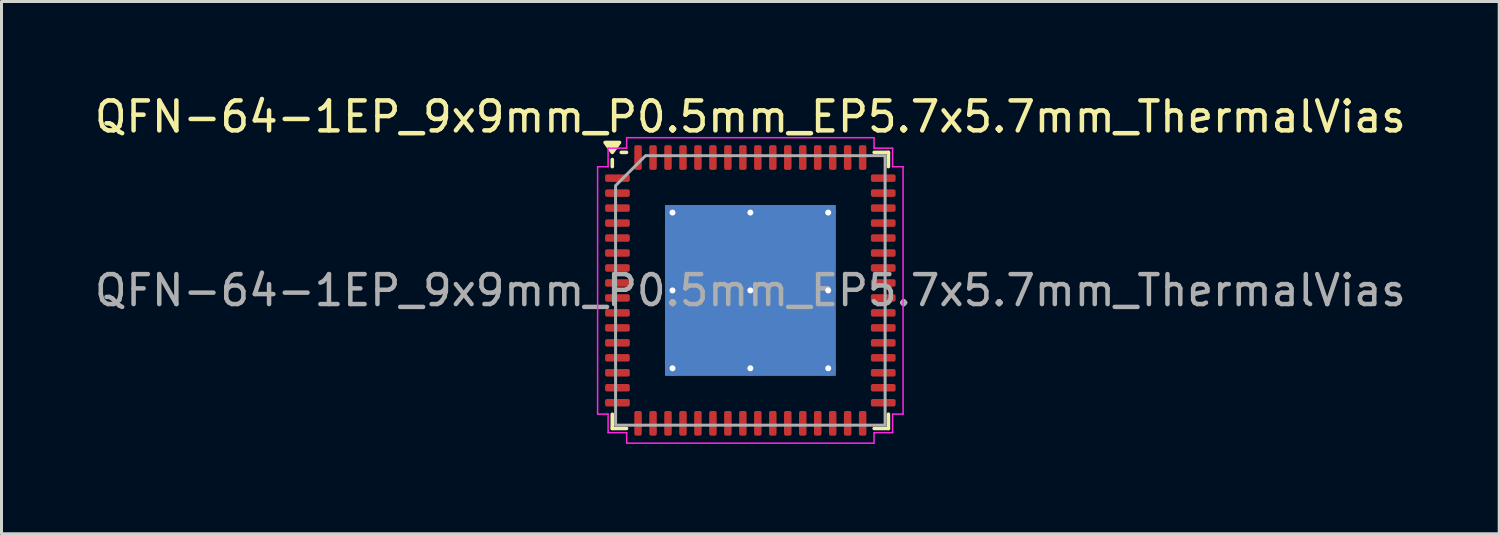
<source format=kicad_pcb>
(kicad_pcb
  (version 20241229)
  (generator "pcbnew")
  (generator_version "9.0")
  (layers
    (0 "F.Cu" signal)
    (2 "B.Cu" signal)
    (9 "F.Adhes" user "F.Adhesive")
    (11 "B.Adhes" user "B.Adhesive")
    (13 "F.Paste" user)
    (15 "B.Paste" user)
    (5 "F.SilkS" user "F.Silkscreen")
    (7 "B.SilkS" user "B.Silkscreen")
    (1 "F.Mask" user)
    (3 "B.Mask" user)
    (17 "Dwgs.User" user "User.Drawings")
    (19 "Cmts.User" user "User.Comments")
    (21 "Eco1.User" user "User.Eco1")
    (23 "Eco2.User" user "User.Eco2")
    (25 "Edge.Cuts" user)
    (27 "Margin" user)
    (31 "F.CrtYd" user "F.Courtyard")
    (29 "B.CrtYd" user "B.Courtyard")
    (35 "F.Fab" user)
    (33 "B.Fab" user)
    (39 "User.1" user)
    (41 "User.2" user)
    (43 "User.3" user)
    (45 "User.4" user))
  (footprint "QFN-64-1EP_9x9mm_P0.5mm_EP5.7x5.7mm_ThermalVias"
    (layer "F.Cu")
    (at 22.006 6.648)
    (property "Reference" "QFN-64-1EP_9x9mm_P0.5mm_EP5.7x5.7mm_ThermalVias" (at 0 -5.8 0) (layer "F.SilkS") (effects (font (size 1 1) (thickness 0.15))))
    (attr smd)
    (fp_line (start -4.61 -4.135) (end -4.61 -4.37) (stroke (width 0.12) (type solid)) (layer "F.SilkS"))
    (fp_line (start -4.61 4.61) (end -4.61 4.135) (stroke (width 0.12) (type solid)) (layer "F.SilkS"))
    (fp_line (start -4.135 -4.61) (end -4.31 -4.61) (stroke (width 0.12) (type solid)) (layer "F.SilkS"))
    (fp_line (start -4.135 4.61) (end -4.61 4.61) (stroke (width 0.12) (type solid)) (layer "F.SilkS"))
    (fp_line (start 4.135 -4.61) (end 4.61 -4.61) (stroke (width 0.12) (type solid)) (layer "F.SilkS"))
    (fp_line (start 4.135 4.61) (end 4.61 4.61) (stroke (width 0.12) (type solid)) (layer "F.SilkS"))
    (fp_line (start 4.61 -4.61) (end 4.61 -4.135) (stroke (width 0.12) (type solid)) (layer "F.SilkS"))
    (fp_line (start 4.61 4.61) (end 4.61 4.135) (stroke (width 0.12) (type solid)) (layer "F.SilkS"))
    (fp_poly (pts (xy -4.61 -4.61) (xy -4.85 -4.94) (xy -4.37 -4.94)) (stroke (width 0.12) (type solid)) (fill yes) (layer "F.SilkS"))
    (fp_line (start -5.1 -4.13) (end -4.75 -4.13) (stroke (width 0.05) (type solid)) (layer "F.CrtYd"))
    (fp_line (start -5.1 4.13) (end -5.1 -4.13) (stroke (width 0.05) (type solid)) (layer "F.CrtYd"))
    (fp_line (start -4.75 -4.75) (end -4.13 -4.75) (stroke (width 0.05) (type solid)) (layer "F.CrtYd"))
    (fp_line (start -4.75 -4.13) (end -4.75 -4.75) (stroke (width 0.05) (type solid)) (layer "F.CrtYd"))
    (fp_line (start -4.75 4.13) (end -5.1 4.13) (stroke (width 0.05) (type solid)) (layer "F.CrtYd"))
    (fp_line (start -4.75 4.75) (end -4.75 4.13) (stroke (width 0.05) (type solid)) (layer "F.CrtYd"))
    (fp_line (start -4.13 -5.1) (end 4.13 -5.1) (stroke (width 0.05) (type solid)) (layer "F.CrtYd"))
    (fp_line (start -4.13 -4.75) (end -4.13 -5.1) (stroke (width 0.05) (type solid)) (layer "F.CrtYd"))
    (fp_line (start -4.13 4.75) (end -4.75 4.75) (stroke (width 0.05) (type solid)) (layer "F.CrtYd"))
    (fp_line (start -4.13 5.1) (end -4.13 4.75) (stroke (width 0.05) (type solid)) (layer "F.CrtYd"))
    (fp_line (start 4.13 -5.1) (end 4.13 -4.75) (stroke (width 0.05) (type solid)) (layer "F.CrtYd"))
    (fp_line (start 4.13 -4.75) (end 4.75 -4.75) (stroke (width 0.05) (type solid)) (layer "F.CrtYd"))
    (fp_line (start 4.13 4.75) (end 4.13 5.1) (stroke (width 0.05) (type solid)) (layer "F.CrtYd"))
    (fp_line (start 4.13 5.1) (end -4.13 5.1) (stroke (width 0.05) (type solid)) (layer "F.CrtYd"))
    (fp_line (start 4.75 -4.75) (end 4.75 -4.13) (stroke (width 0.05) (type solid)) (layer "F.CrtYd"))
    (fp_line (start 4.75 -4.13) (end 5.1 -4.13) (stroke (width 0.05) (type solid)) (layer "F.CrtYd"))
    (fp_line (start 4.75 4.13) (end 4.75 4.75) (stroke (width 0.05) (type solid)) (layer "F.CrtYd"))
    (fp_line (start 4.75 4.75) (end 4.13 4.75) (stroke (width 0.05) (type solid)) (layer "F.CrtYd"))
    (fp_line (start 5.1 -4.13) (end 5.1 4.13) (stroke (width 0.05) (type solid)) (layer "F.CrtYd"))
    (fp_line (start 5.1 4.13) (end 4.75 4.13) (stroke (width 0.05) (type solid)) (layer "F.CrtYd"))
    (fp_poly (pts (xy -4.5 -3.5) (xy -4.5 4.5) (xy 4.5 4.5) (xy 4.5 -4.5) (xy -3.5 -4.5)) (stroke (width 0.1) (type solid)) (fill no) (layer "F.Fab"))
    (fp_text user "${REFERENCE}" (at 0 0 0) (layer "F.Fab") (effects (font (size 1 1) (thickness 0.15))))
    (pad "" smd roundrect (at -1.9 -1.9) (size 1.53 1.53) (layers "F.Paste") (roundrect_rratio 0.163))
    (pad "" smd roundrect (at -1.9 0) (size 1.53 1.53) (layers "F.Paste") (roundrect_rratio 0.163))
    (pad "" smd roundrect (at -1.9 1.9) (size 1.53 1.53) (layers "F.Paste") (roundrect_rratio 0.163))
    (pad "" smd roundrect (at 0 -1.9) (size 1.53 1.53) (layers "F.Paste") (roundrect_rratio 0.163))
    (pad "" smd roundrect (at 0 0) (size 1.53 1.53) (layers "F.Paste") (roundrect_rratio 0.163))
    (pad "" smd roundrect (at 0 1.9) (size 1.53 1.53) (layers "F.Paste") (roundrect_rratio 0.163))
    (pad "" smd roundrect (at 1.9 -1.9) (size 1.53 1.53) (layers "F.Paste") (roundrect_rratio 0.163))
    (pad "" smd roundrect (at 1.9 0) (size 1.53 1.53) (layers "F.Paste") (roundrect_rratio 0.163))
    (pad "" smd roundrect (at 1.9 1.9) (size 1.53 1.53) (layers "F.Paste") (roundrect_rratio 0.163))
    (pad "1" smd roundrect (at -4.438 -3.75) (size 0.825 0.25) (layers "F.Cu" "F.Mask" "F.Paste") (roundrect_rratio 0.25))
    (pad "2" smd roundrect (at -4.438 -3.25) (size 0.825 0.25) (layers "F.Cu" "F.Mask" "F.Paste") (roundrect_rratio 0.25))
    (pad "3" smd roundrect (at -4.438 -2.75) (size 0.825 0.25) (layers "F.Cu" "F.Mask" "F.Paste") (roundrect_rratio 0.25))
    (pad "4" smd roundrect (at -4.438 -2.25) (size 0.825 0.25) (layers "F.Cu" "F.Mask" "F.Paste") (roundrect_rratio 0.25))
    (pad "5" smd roundrect (at -4.438 -1.75) (size 0.825 0.25) (layers "F.Cu" "F.Mask" "F.Paste") (roundrect_rratio 0.25))
    (pad "6" smd roundrect (at -4.438 -1.25) (size 0.825 0.25) (layers "F.Cu" "F.Mask" "F.Paste") (roundrect_rratio 0.25))
    (pad "7" smd roundrect (at -4.438 -0.75) (size 0.825 0.25) (layers "F.Cu" "F.Mask" "F.Paste") (roundrect_rratio 0.25))
    (pad "8" smd roundrect (at -4.438 -0.25) (size 0.825 0.25) (layers "F.Cu" "F.Mask" "F.Paste") (roundrect_rratio 0.25))
    (pad "9" smd roundrect (at -4.438 0.25) (size 0.825 0.25) (layers "F.Cu" "F.Mask" "F.Paste") (roundrect_rratio 0.25))
    (pad "10" smd roundrect (at -4.438 0.75) (size 0.825 0.25) (layers "F.Cu" "F.Mask" "F.Paste") (roundrect_rratio 0.25))
    (pad "11" smd roundrect (at -4.438 1.25) (size 0.825 0.25) (layers "F.Cu" "F.Mask" "F.Paste") (roundrect_rratio 0.25))
    (pad "12" smd roundrect (at -4.438 1.75) (size 0.825 0.25) (layers "F.Cu" "F.Mask" "F.Paste") (roundrect_rratio 0.25))
    (pad "13" smd roundrect (at -4.438 2.25) (size 0.825 0.25) (layers "F.Cu" "F.Mask" "F.Paste") (roundrect_rratio 0.25))
    (pad "14" smd roundrect (at -4.438 2.75) (size 0.825 0.25) (layers "F.Cu" "F.Mask" "F.Paste") (roundrect_rratio 0.25))
    (pad "15" smd roundrect (at -4.438 3.25) (size 0.825 0.25) (layers "F.Cu" "F.Mask" "F.Paste") (roundrect_rratio 0.25))
    (pad "16" smd roundrect (at -4.438 3.75) (size 0.825 0.25) (layers "F.Cu" "F.Mask" "F.Paste") (roundrect_rratio 0.25))
    (pad "17" smd roundrect (at -3.75 4.438) (size 0.25 0.825) (layers "F.Cu" "F.Mask" "F.Paste") (roundrect_rratio 0.25))
    (pad "18" smd roundrect (at -3.25 4.438) (size 0.25 0.825) (layers "F.Cu" "F.Mask" "F.Paste") (roundrect_rratio 0.25))
    (pad "19" smd roundrect (at -2.75 4.438) (size 0.25 0.825) (layers "F.Cu" "F.Mask" "F.Paste") (roundrect_rratio 0.25))
    (pad "20" smd roundrect (at -2.25 4.438) (size 0.25 0.825) (layers "F.Cu" "F.Mask" "F.Paste") (roundrect_rratio 0.25))
    (pad "21" smd roundrect (at -1.75 4.438) (size 0.25 0.825) (layers "F.Cu" "F.Mask" "F.Paste") (roundrect_rratio 0.25))
    (pad "22" smd roundrect (at -1.25 4.438) (size 0.25 0.825) (layers "F.Cu" "F.Mask" "F.Paste") (roundrect_rratio 0.25))
    (pad "23" smd roundrect (at -0.75 4.438) (size 0.25 0.825) (layers "F.Cu" "F.Mask" "F.Paste") (roundrect_rratio 0.25))
    (pad "24" smd roundrect (at -0.25 4.438) (size 0.25 0.825) (layers "F.Cu" "F.Mask" "F.Paste") (roundrect_rratio 0.25))
    (pad "25" smd roundrect (at 0.25 4.438) (size 0.25 0.825) (layers "F.Cu" "F.Mask" "F.Paste") (roundrect_rratio 0.25))
    (pad "26" smd roundrect (at 0.75 4.438) (size 0.25 0.825) (layers "F.Cu" "F.Mask" "F.Paste") (roundrect_rratio 0.25))
    (pad "27" smd roundrect (at 1.25 4.438) (size 0.25 0.825) (layers "F.Cu" "F.Mask" "F.Paste") (roundrect_rratio 0.25))
    (pad "28" smd roundrect (at 1.75 4.438) (size 0.25 0.825) (layers "F.Cu" "F.Mask" "F.Paste") (roundrect_rratio 0.25))
    (pad "29" smd roundrect (at 2.25 4.438) (size 0.25 0.825) (layers "F.Cu" "F.Mask" "F.Paste") (roundrect_rratio 0.25))
    (pad "30" smd roundrect (at 2.75 4.438) (size 0.25 0.825) (layers "F.Cu" "F.Mask" "F.Paste") (roundrect_rratio 0.25))
    (pad "31" smd roundrect (at 3.25 4.438) (size 0.25 0.825) (layers "F.Cu" "F.Mask" "F.Paste") (roundrect_rratio 0.25))
    (pad "32" smd roundrect (at 3.75 4.438) (size 0.25 0.825) (layers "F.Cu" "F.Mask" "F.Paste") (roundrect_rratio 0.25))
    (pad "33" smd roundrect (at 4.438 3.75) (size 0.825 0.25) (layers "F.Cu" "F.Mask" "F.Paste") (roundrect_rratio 0.25))
    (pad "34" smd roundrect (at 4.438 3.25) (size 0.825 0.25) (layers "F.Cu" "F.Mask" "F.Paste") (roundrect_rratio 0.25))
    (pad "35" smd roundrect (at 4.438 2.75) (size 0.825 0.25) (layers "F.Cu" "F.Mask" "F.Paste") (roundrect_rratio 0.25))
    (pad "36" smd roundrect (at 4.438 2.25) (size 0.825 0.25) (layers "F.Cu" "F.Mask" "F.Paste") (roundrect_rratio 0.25))
    (pad "37" smd roundrect (at 4.438 1.75) (size 0.825 0.25) (layers "F.Cu" "F.Mask" "F.Paste") (roundrect_rratio 0.25))
    (pad "38" smd roundrect (at 4.438 1.25) (size 0.825 0.25) (layers "F.Cu" "F.Mask" "F.Paste") (roundrect_rratio 0.25))
    (pad "39" smd roundrect (at 4.438 0.75) (size 0.825 0.25) (layers "F.Cu" "F.Mask" "F.Paste") (roundrect_rratio 0.25))
    (pad "40" smd roundrect (at 4.438 0.25) (size 0.825 0.25) (layers "F.Cu" "F.Mask" "F.Paste") (roundrect_rratio 0.25))
    (pad "41" smd roundrect (at 4.438 -0.25) (size 0.825 0.25) (layers "F.Cu" "F.Mask" "F.Paste") (roundrect_rratio 0.25))
    (pad "42" smd roundrect (at 4.438 -0.75) (size 0.825 0.25) (layers "F.Cu" "F.Mask" "F.Paste") (roundrect_rratio 0.25))
    (pad "43" smd roundrect (at 4.438 -1.25) (size 0.825 0.25) (layers "F.Cu" "F.Mask" "F.Paste") (roundrect_rratio 0.25))
    (pad "44" smd roundrect (at 4.438 -1.75) (size 0.825 0.25) (layers "F.Cu" "F.Mask" "F.Paste") (roundrect_rratio 0.25))
    (pad "45" smd roundrect (at 4.438 -2.25) (size 0.825 0.25) (layers "F.Cu" "F.Mask" "F.Paste") (roundrect_rratio 0.25))
    (pad "46" smd roundrect (at 4.438 -2.75) (size 0.825 0.25) (layers "F.Cu" "F.Mask" "F.Paste") (roundrect_rratio 0.25))
    (pad "47" smd roundrect (at 4.438 -3.25) (size 0.825 0.25) (layers "F.Cu" "F.Mask" "F.Paste") (roundrect_rratio 0.25))
    (pad "48" smd roundrect (at 4.438 -3.75) (size 0.825 0.25) (layers "F.Cu" "F.Mask" "F.Paste") (roundrect_rratio 0.25))
    (pad "49" smd roundrect (at 3.75 -4.438) (size 0.25 0.825) (layers "F.Cu" "F.Mask" "F.Paste") (roundrect_rratio 0.25))
    (pad "50" smd roundrect (at 3.25 -4.438) (size 0.25 0.825) (layers "F.Cu" "F.Mask" "F.Paste") (roundrect_rratio 0.25))
    (pad "51" smd roundrect (at 2.75 -4.438) (size 0.25 0.825) (layers "F.Cu" "F.Mask" "F.Paste") (roundrect_rratio 0.25))
    (pad "52" smd roundrect (at 2.25 -4.438) (size 0.25 0.825) (layers "F.Cu" "F.Mask" "F.Paste") (roundrect_rratio 0.25))
    (pad "53" smd roundrect (at 1.75 -4.438) (size 0.25 0.825) (layers "F.Cu" "F.Mask" "F.Paste") (roundrect_rratio 0.25))
    (pad "54" smd roundrect (at 1.25 -4.438) (size 0.25 0.825) (layers "F.Cu" "F.Mask" "F.Paste") (roundrect_rratio 0.25))
    (pad "55" smd roundrect (at 0.75 -4.438) (size 0.25 0.825) (layers "F.Cu" "F.Mask" "F.Paste") (roundrect_rratio 0.25))
    (pad "56" smd roundrect (at 0.25 -4.438) (size 0.25 0.825) (layers "F.Cu" "F.Mask" "F.Paste") (roundrect_rratio 0.25))
    (pad "57" smd roundrect (at -0.25 -4.438) (size 0.25 0.825) (layers "F.Cu" "F.Mask" "F.Paste") (roundrect_rratio 0.25))
    (pad "58" smd roundrect (at -0.75 -4.438) (size 0.25 0.825) (layers "F.Cu" "F.Mask" "F.Paste") (roundrect_rratio 0.25))
    (pad "59" smd roundrect (at -1.25 -4.438) (size 0.25 0.825) (layers "F.Cu" "F.Mask" "F.Paste") (roundrect_rratio 0.25))
    (pad "60" smd roundrect (at -1.75 -4.438) (size 0.25 0.825) (layers "F.Cu" "F.Mask" "F.Paste") (roundrect_rratio 0.25))
    (pad "61" smd roundrect (at -2.25 -4.438) (size 0.25 0.825) (layers "F.Cu" "F.Mask" "F.Paste") (roundrect_rratio 0.25))
    (pad "62" smd roundrect (at -2.75 -4.438) (size 0.25 0.825) (layers "F.Cu" "F.Mask" "F.Paste") (roundrect_rratio 0.25))
    (pad "63" smd roundrect (at -3.25 -4.438) (size 0.25 0.825) (layers "F.Cu" "F.Mask" "F.Paste") (roundrect_rratio 0.25))
    (pad "64" smd roundrect (at -3.75 -4.438) (size 0.25 0.825) (layers "F.Cu" "F.Mask" "F.Paste") (roundrect_rratio 0.25))
    (pad "65" thru_hole circle (at -2.6 -2.6) (size 0.5 0.5) (drill 0.2) (property pad_prop_heatsink) (layers "*.Cu"))
    (pad "65" thru_hole circle (at -2.6 0) (size 0.5 0.5) (drill 0.2) (property pad_prop_heatsink) (layers "*.Cu"))
    (pad "65" thru_hole circle (at -2.6 2.6) (size 0.5 0.5) (drill 0.2) (property pad_prop_heatsink) (layers "*.Cu"))
    (pad "65" thru_hole circle (at 0 -2.6) (size 0.5 0.5) (drill 0.2) (property pad_prop_heatsink) (layers "*.Cu"))
    (pad "65" thru_hole circle (at 0 0) (size 0.5 0.5) (drill 0.2) (property pad_prop_heatsink) (layers "*.Cu"))
    (pad "65" smd rect (at 0 0) (size 5.7 5.7) (property pad_prop_heatsink) (layers "F.Cu" "F.Mask"))
    (pad "65" smd rect (at 0 0) (size 5.7 5.7) (property pad_prop_heatsink) (layers "B.Cu"))
    (pad "65" thru_hole circle (at 0 2.6) (size 0.5 0.5) (drill 0.2) (property pad_prop_heatsink) (layers "*.Cu"))
    (pad "65" thru_hole circle (at 2.6 -2.6) (size 0.5 0.5) (drill 0.2) (property pad_prop_heatsink) (layers "*.Cu"))
    (pad "65" thru_hole circle (at 2.6 0) (size 0.5 0.5) (drill 0.2) (property pad_prop_heatsink) (layers "*.Cu"))
    (pad "65" thru_hole circle (at 2.6 2.6) (size 0.5 0.5) (drill 0.2) (property pad_prop_heatsink) (layers "*.Cu")))
  (gr_rect
    (start -3 -3)
    (end 47.012 14.773)
    (stroke (width 0.1) (type default))
    (fill no)
    (layer "Edge.Cuts")))
</source>
